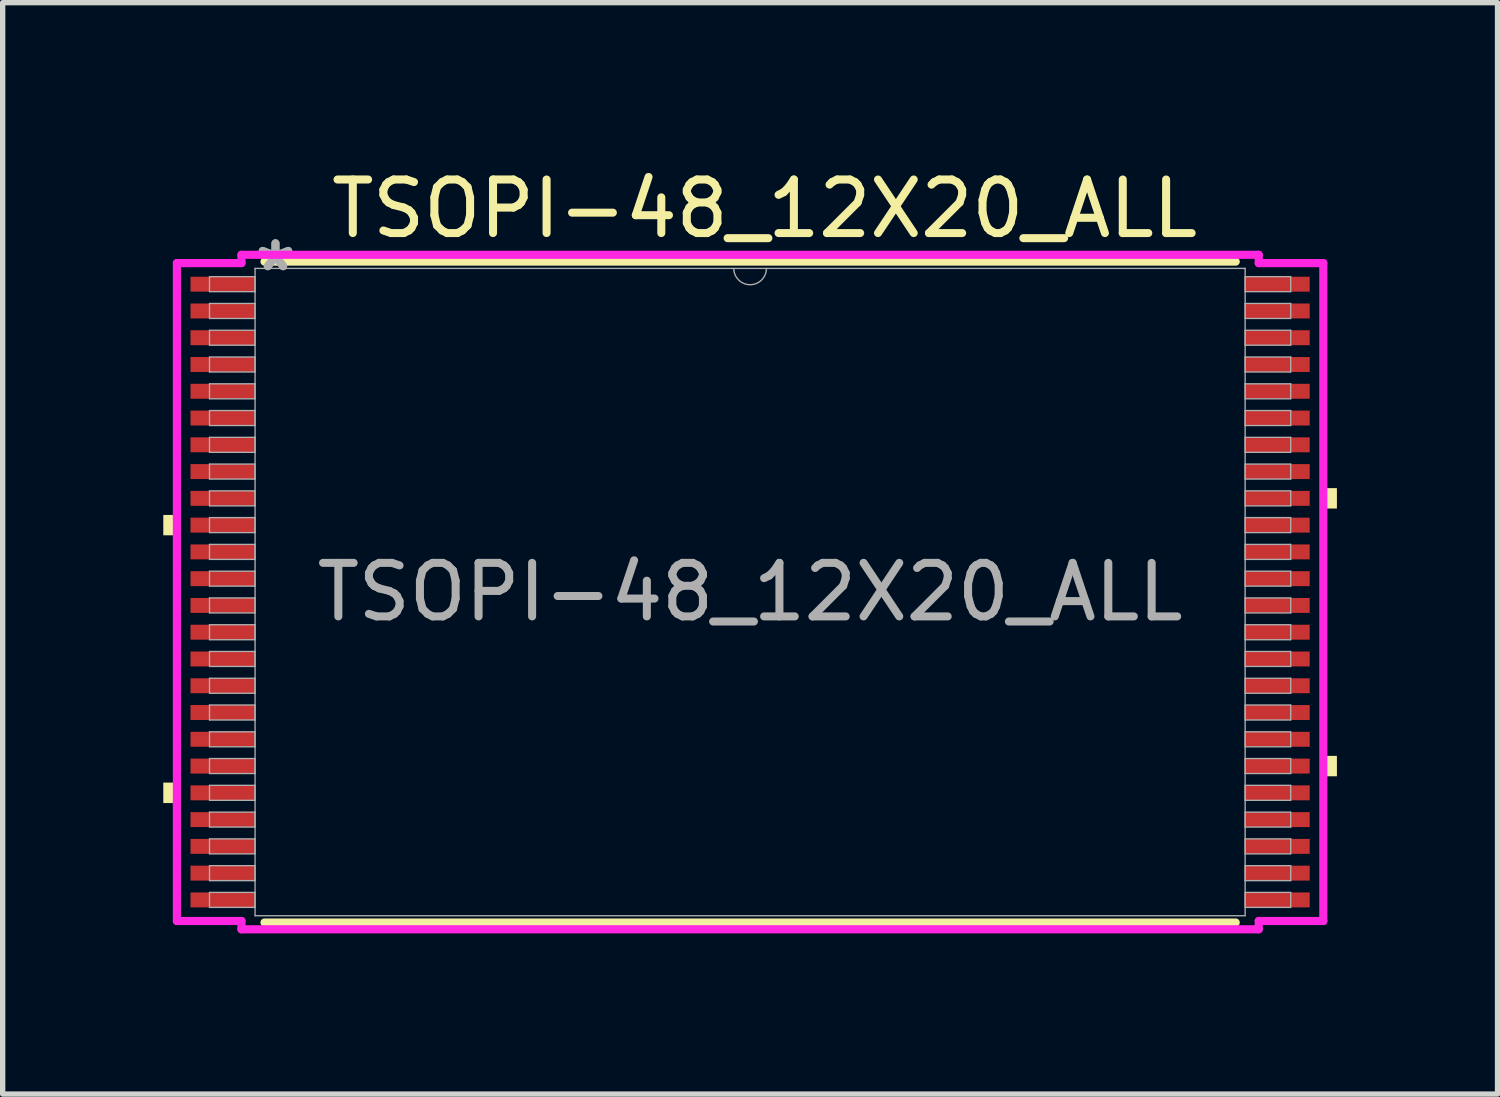
<source format=kicad_pcb>
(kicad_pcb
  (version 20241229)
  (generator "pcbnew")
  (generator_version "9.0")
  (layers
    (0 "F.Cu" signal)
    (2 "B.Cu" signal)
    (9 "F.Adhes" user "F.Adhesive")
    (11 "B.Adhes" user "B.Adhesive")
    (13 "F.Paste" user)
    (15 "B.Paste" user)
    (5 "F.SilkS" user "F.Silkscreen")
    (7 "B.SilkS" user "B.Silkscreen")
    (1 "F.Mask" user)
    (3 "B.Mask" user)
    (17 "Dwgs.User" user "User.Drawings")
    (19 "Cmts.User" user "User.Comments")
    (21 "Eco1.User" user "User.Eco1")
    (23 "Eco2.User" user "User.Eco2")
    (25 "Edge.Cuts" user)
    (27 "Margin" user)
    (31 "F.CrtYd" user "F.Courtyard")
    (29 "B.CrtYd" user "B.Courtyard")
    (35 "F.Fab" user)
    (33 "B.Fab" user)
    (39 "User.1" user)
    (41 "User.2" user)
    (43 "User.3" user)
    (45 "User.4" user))
  (footprint "TSOPI-48_12X20_ALL"
    (layer "F.Cu")
    (at 10.96 8.008)
    (property "Reference" "TSOPI-48_12X20_ALL" (at 0.27 -7.16 0) (unlocked yes) (layer "F.SilkS") (effects (font (size 1 1) (thickness 0.15))))
    (attr smd)
    (fp_line (start -9.07 6.172) (end 9.07 6.172) (stroke (width 0.152) (type solid)) (layer "F.SilkS"))
    (fp_line (start 9.07 -6.172) (end -9.07 -6.172) (stroke (width 0.152) (type solid)) (layer "F.SilkS"))
    (fp_poly (pts (xy -10.96 -1.44) (xy -10.96 -1.06) (xy -10.706 -1.06) (xy -10.706 -1.44)) (stroke (width 0) (type solid)) (fill yes) (layer "F.SilkS"))
    (fp_poly (pts (xy -10.96 3.559) (xy -10.96 3.941) (xy -10.706 3.941) (xy -10.706 3.559)) (stroke (width 0) (type solid)) (fill yes) (layer "F.SilkS"))
    (fp_poly (pts (xy 10.96 -1.941) (xy 10.96 -1.56) (xy 10.706 -1.56) (xy 10.706 -1.941)) (stroke (width 0) (type solid)) (fill yes) (layer "F.SilkS"))
    (fp_poly (pts (xy 10.96 3.06) (xy 10.96 3.441) (xy 10.706 3.441) (xy 10.706 3.06)) (stroke (width 0) (type solid)) (fill yes) (layer "F.SilkS"))
    (fp_line (start -10.706 -6.144) (end -9.5 -6.144) (stroke (width 0.152) (type solid)) (layer "F.CrtYd"))
    (fp_line (start -10.706 6.144) (end -10.706 -6.144) (stroke (width 0.152) (type solid)) (layer "F.CrtYd"))
    (fp_line (start -10.706 6.144) (end -9.5 6.144) (stroke (width 0.152) (type solid)) (layer "F.CrtYd"))
    (fp_line (start -9.5 -6.299) (end 9.5 -6.299) (stroke (width 0.152) (type solid)) (layer "F.CrtYd"))
    (fp_line (start -9.5 -6.144) (end -9.5 -6.299) (stroke (width 0.152) (type solid)) (layer "F.CrtYd"))
    (fp_line (start -9.5 6.299) (end -9.5 6.144) (stroke (width 0.152) (type solid)) (layer "F.CrtYd"))
    (fp_line (start 9.5 -6.299) (end 9.5 -6.144) (stroke (width 0.152) (type solid)) (layer "F.CrtYd"))
    (fp_line (start 9.5 6.144) (end 9.5 6.299) (stroke (width 0.152) (type solid)) (layer "F.CrtYd"))
    (fp_line (start 9.5 6.299) (end -9.5 6.299) (stroke (width 0.152) (type solid)) (layer "F.CrtYd"))
    (fp_line (start 10.706 -6.144) (end 9.5 -6.144) (stroke (width 0.152) (type solid)) (layer "F.CrtYd"))
    (fp_line (start 10.706 -6.144) (end 10.706 6.144) (stroke (width 0.152) (type solid)) (layer "F.CrtYd"))
    (fp_line (start 10.706 6.144) (end 9.5 6.144) (stroke (width 0.152) (type solid)) (layer "F.CrtYd"))
    (fp_line (start -10.097 -5.89) (end -10.097 -5.61) (stroke (width 0.025) (type solid)) (layer "F.Fab"))
    (fp_line (start -10.097 -5.61) (end -9.246 -5.61) (stroke (width 0.025) (type solid)) (layer "F.Fab"))
    (fp_line (start -10.097 -5.39) (end -10.097 -5.11) (stroke (width 0.025) (type solid)) (layer "F.Fab"))
    (fp_line (start -10.097 -5.11) (end -9.246 -5.11) (stroke (width 0.025) (type solid)) (layer "F.Fab"))
    (fp_line (start -10.097 -4.89) (end -10.097 -4.61) (stroke (width 0.025) (type solid)) (layer "F.Fab"))
    (fp_line (start -10.097 -4.61) (end -9.246 -4.61) (stroke (width 0.025) (type solid)) (layer "F.Fab"))
    (fp_line (start -10.097 -4.39) (end -10.097 -4.11) (stroke (width 0.025) (type solid)) (layer "F.Fab"))
    (fp_line (start -10.097 -4.11) (end -9.246 -4.11) (stroke (width 0.025) (type solid)) (layer "F.Fab"))
    (fp_line (start -10.097 -3.89) (end -10.097 -3.61) (stroke (width 0.025) (type solid)) (layer "F.Fab"))
    (fp_line (start -10.097 -3.61) (end -9.246 -3.61) (stroke (width 0.025) (type solid)) (layer "F.Fab"))
    (fp_line (start -10.097 -3.39) (end -10.097 -3.11) (stroke (width 0.025) (type solid)) (layer "F.Fab"))
    (fp_line (start -10.097 -3.11) (end -9.246 -3.11) (stroke (width 0.025) (type solid)) (layer "F.Fab"))
    (fp_line (start -10.097 -2.89) (end -10.097 -2.61) (stroke (width 0.025) (type solid)) (layer "F.Fab"))
    (fp_line (start -10.097 -2.61) (end -9.246 -2.61) (stroke (width 0.025) (type solid)) (layer "F.Fab"))
    (fp_line (start -10.097 -2.39) (end -10.097 -2.11) (stroke (width 0.025) (type solid)) (layer "F.Fab"))
    (fp_line (start -10.097 -2.11) (end -9.246 -2.11) (stroke (width 0.025) (type solid)) (layer "F.Fab"))
    (fp_line (start -10.097 -1.89) (end -10.097 -1.61) (stroke (width 0.025) (type solid)) (layer "F.Fab"))
    (fp_line (start -10.097 -1.61) (end -9.246 -1.61) (stroke (width 0.025) (type solid)) (layer "F.Fab"))
    (fp_line (start -10.097 -1.39) (end -10.097 -1.11) (stroke (width 0.025) (type solid)) (layer "F.Fab"))
    (fp_line (start -10.097 -1.11) (end -9.246 -1.11) (stroke (width 0.025) (type solid)) (layer "F.Fab"))
    (fp_line (start -10.097 -0.89) (end -10.097 -0.61) (stroke (width 0.025) (type solid)) (layer "F.Fab"))
    (fp_line (start -10.097 -0.61) (end -9.246 -0.61) (stroke (width 0.025) (type solid)) (layer "F.Fab"))
    (fp_line (start -10.097 -0.39) (end -10.097 -0.11) (stroke (width 0.025) (type solid)) (layer "F.Fab"))
    (fp_line (start -10.097 -0.11) (end -9.246 -0.11) (stroke (width 0.025) (type solid)) (layer "F.Fab"))
    (fp_line (start -10.097 0.11) (end -10.097 0.39) (stroke (width 0.025) (type solid)) (layer "F.Fab"))
    (fp_line (start -10.097 0.39) (end -9.246 0.39) (stroke (width 0.025) (type solid)) (layer "F.Fab"))
    (fp_line (start -10.097 0.61) (end -10.097 0.89) (stroke (width 0.025) (type solid)) (layer "F.Fab"))
    (fp_line (start -10.097 0.89) (end -9.246 0.89) (stroke (width 0.025) (type solid)) (layer "F.Fab"))
    (fp_line (start -10.097 1.11) (end -10.097 1.39) (stroke (width 0.025) (type solid)) (layer "F.Fab"))
    (fp_line (start -10.097 1.39) (end -9.246 1.39) (stroke (width 0.025) (type solid)) (layer "F.Fab"))
    (fp_line (start -10.097 1.61) (end -10.097 1.89) (stroke (width 0.025) (type solid)) (layer "F.Fab"))
    (fp_line (start -10.097 1.89) (end -9.246 1.89) (stroke (width 0.025) (type solid)) (layer "F.Fab"))
    (fp_line (start -10.097 2.11) (end -10.097 2.39) (stroke (width 0.025) (type solid)) (layer "F.Fab"))
    (fp_line (start -10.097 2.39) (end -9.246 2.39) (stroke (width 0.025) (type solid)) (layer "F.Fab"))
    (fp_line (start -10.097 2.61) (end -10.097 2.89) (stroke (width 0.025) (type solid)) (layer "F.Fab"))
    (fp_line (start -10.097 2.89) (end -9.246 2.89) (stroke (width 0.025) (type solid)) (layer "F.Fab"))
    (fp_line (start -10.097 3.11) (end -10.097 3.39) (stroke (width 0.025) (type solid)) (layer "F.Fab"))
    (fp_line (start -10.097 3.39) (end -9.246 3.39) (stroke (width 0.025) (type solid)) (layer "F.Fab"))
    (fp_line (start -10.097 3.61) (end -10.097 3.89) (stroke (width 0.025) (type solid)) (layer "F.Fab"))
    (fp_line (start -10.097 3.89) (end -9.246 3.89) (stroke (width 0.025) (type solid)) (layer "F.Fab"))
    (fp_line (start -10.097 4.11) (end -10.097 4.39) (stroke (width 0.025) (type solid)) (layer "F.Fab"))
    (fp_line (start -10.097 4.39) (end -9.246 4.39) (stroke (width 0.025) (type solid)) (layer "F.Fab"))
    (fp_line (start -10.097 4.61) (end -10.097 4.89) (stroke (width 0.025) (type solid)) (layer "F.Fab"))
    (fp_line (start -10.097 4.89) (end -9.246 4.89) (stroke (width 0.025) (type solid)) (layer "F.Fab"))
    (fp_line (start -10.097 5.11) (end -10.097 5.39) (stroke (width 0.025) (type solid)) (layer "F.Fab"))
    (fp_line (start -10.097 5.39) (end -9.246 5.39) (stroke (width 0.025) (type solid)) (layer "F.Fab"))
    (fp_line (start -10.097 5.61) (end -10.097 5.89) (stroke (width 0.025) (type solid)) (layer "F.Fab"))
    (fp_line (start -10.097 5.89) (end -9.246 5.89) (stroke (width 0.025) (type solid)) (layer "F.Fab"))
    (fp_line (start -9.246 -6.045) (end -9.246 6.045) (stroke (width 0.025) (type solid)) (layer "F.Fab"))
    (fp_line (start -9.246 -5.89) (end -10.097 -5.89) (stroke (width 0.025) (type solid)) (layer "F.Fab"))
    (fp_line (start -9.246 -5.61) (end -9.246 -5.89) (stroke (width 0.025) (type solid)) (layer "F.Fab"))
    (fp_line (start -9.246 -5.39) (end -10.097 -5.39) (stroke (width 0.025) (type solid)) (layer "F.Fab"))
    (fp_line (start -9.246 -5.11) (end -9.246 -5.39) (stroke (width 0.025) (type solid)) (layer "F.Fab"))
    (fp_line (start -9.246 -4.89) (end -10.097 -4.89) (stroke (width 0.025) (type solid)) (layer "F.Fab"))
    (fp_line (start -9.246 -4.61) (end -9.246 -4.89) (stroke (width 0.025) (type solid)) (layer "F.Fab"))
    (fp_line (start -9.246 -4.39) (end -10.097 -4.39) (stroke (width 0.025) (type solid)) (layer "F.Fab"))
    (fp_line (start -9.246 -4.11) (end -9.246 -4.39) (stroke (width 0.025) (type solid)) (layer "F.Fab"))
    (fp_line (start -9.246 -3.89) (end -10.097 -3.89) (stroke (width 0.025) (type solid)) (layer "F.Fab"))
    (fp_line (start -9.246 -3.61) (end -9.246 -3.89) (stroke (width 0.025) (type solid)) (layer "F.Fab"))
    (fp_line (start -9.246 -3.39) (end -10.097 -3.39) (stroke (width 0.025) (type solid)) (layer "F.Fab"))
    (fp_line (start -9.246 -3.11) (end -9.246 -3.39) (stroke (width 0.025) (type solid)) (layer "F.Fab"))
    (fp_line (start -9.246 -2.89) (end -10.097 -2.89) (stroke (width 0.025) (type solid)) (layer "F.Fab"))
    (fp_line (start -9.246 -2.61) (end -9.246 -2.89) (stroke (width 0.025) (type solid)) (layer "F.Fab"))
    (fp_line (start -9.246 -2.39) (end -10.097 -2.39) (stroke (width 0.025) (type solid)) (layer "F.Fab"))
    (fp_line (start -9.246 -2.11) (end -9.246 -2.39) (stroke (width 0.025) (type solid)) (layer "F.Fab"))
    (fp_line (start -9.246 -1.89) (end -10.097 -1.89) (stroke (width 0.025) (type solid)) (layer "F.Fab"))
    (fp_line (start -9.246 -1.61) (end -9.246 -1.89) (stroke (width 0.025) (type solid)) (layer "F.Fab"))
    (fp_line (start -9.246 -1.39) (end -10.097 -1.39) (stroke (width 0.025) (type solid)) (layer "F.Fab"))
    (fp_line (start -9.246 -1.11) (end -9.246 -1.39) (stroke (width 0.025) (type solid)) (layer "F.Fab"))
    (fp_line (start -9.246 -0.89) (end -10.097 -0.89) (stroke (width 0.025) (type solid)) (layer "F.Fab"))
    (fp_line (start -9.246 -0.61) (end -9.246 -0.89) (stroke (width 0.025) (type solid)) (layer "F.Fab"))
    (fp_line (start -9.246 -0.39) (end -10.097 -0.39) (stroke (width 0.025) (type solid)) (layer "F.Fab"))
    (fp_line (start -9.246 -0.11) (end -9.246 -0.39) (stroke (width 0.025) (type solid)) (layer "F.Fab"))
    (fp_line (start -9.246 0.11) (end -10.097 0.11) (stroke (width 0.025) (type solid)) (layer "F.Fab"))
    (fp_line (start -9.246 0.39) (end -9.246 0.11) (stroke (width 0.025) (type solid)) (layer "F.Fab"))
    (fp_line (start -9.246 0.61) (end -10.097 0.61) (stroke (width 0.025) (type solid)) (layer "F.Fab"))
    (fp_line (start -9.246 0.89) (end -9.246 0.61) (stroke (width 0.025) (type solid)) (layer "F.Fab"))
    (fp_line (start -9.246 1.11) (end -10.097 1.11) (stroke (width 0.025) (type solid)) (layer "F.Fab"))
    (fp_line (start -9.246 1.39) (end -9.246 1.11) (stroke (width 0.025) (type solid)) (layer "F.Fab"))
    (fp_line (start -9.246 1.61) (end -10.097 1.61) (stroke (width 0.025) (type solid)) (layer "F.Fab"))
    (fp_line (start -9.246 1.89) (end -9.246 1.61) (stroke (width 0.025) (type solid)) (layer "F.Fab"))
    (fp_line (start -9.246 2.11) (end -10.097 2.11) (stroke (width 0.025) (type solid)) (layer "F.Fab"))
    (fp_line (start -9.246 2.39) (end -9.246 2.11) (stroke (width 0.025) (type solid)) (layer "F.Fab"))
    (fp_line (start -9.246 2.61) (end -10.097 2.61) (stroke (width 0.025) (type solid)) (layer "F.Fab"))
    (fp_line (start -9.246 2.89) (end -9.246 2.61) (stroke (width 0.025) (type solid)) (layer "F.Fab"))
    (fp_line (start -9.246 3.11) (end -10.097 3.11) (stroke (width 0.025) (type solid)) (layer "F.Fab"))
    (fp_line (start -9.246 3.39) (end -9.246 3.11) (stroke (width 0.025) (type solid)) (layer "F.Fab"))
    (fp_line (start -9.246 3.61) (end -10.097 3.61) (stroke (width 0.025) (type solid)) (layer "F.Fab"))
    (fp_line (start -9.246 3.89) (end -9.246 3.61) (stroke (width 0.025) (type solid)) (layer "F.Fab"))
    (fp_line (start -9.246 4.11) (end -10.097 4.11) (stroke (width 0.025) (type solid)) (layer "F.Fab"))
    (fp_line (start -9.246 4.39) (end -9.246 4.11) (stroke (width 0.025) (type solid)) (layer "F.Fab"))
    (fp_line (start -9.246 4.61) (end -10.097 4.61) (stroke (width 0.025) (type solid)) (layer "F.Fab"))
    (fp_line (start -9.246 4.89) (end -9.246 4.61) (stroke (width 0.025) (type solid)) (layer "F.Fab"))
    (fp_line (start -9.246 5.11) (end -10.097 5.11) (stroke (width 0.025) (type solid)) (layer "F.Fab"))
    (fp_line (start -9.246 5.39) (end -9.246 5.11) (stroke (width 0.025) (type solid)) (layer "F.Fab"))
    (fp_line (start -9.246 5.61) (end -10.097 5.61) (stroke (width 0.025) (type solid)) (layer "F.Fab"))
    (fp_line (start -9.246 5.89) (end -9.246 5.61) (stroke (width 0.025) (type solid)) (layer "F.Fab"))
    (fp_line (start -9.246 6.045) (end 9.246 6.045) (stroke (width 0.025) (type solid)) (layer "F.Fab"))
    (fp_line (start 9.246 -6.045) (end -9.246 -6.045) (stroke (width 0.025) (type solid)) (layer "F.Fab"))
    (fp_line (start 9.246 -5.89) (end 9.246 -5.61) (stroke (width 0.025) (type solid)) (layer "F.Fab"))
    (fp_line (start 9.246 -5.61) (end 10.097 -5.61) (stroke (width 0.025) (type solid)) (layer "F.Fab"))
    (fp_line (start 9.246 -5.39) (end 9.246 -5.11) (stroke (width 0.025) (type solid)) (layer "F.Fab"))
    (fp_line (start 9.246 -5.11) (end 10.097 -5.11) (stroke (width 0.025) (type solid)) (layer "F.Fab"))
    (fp_line (start 9.246 -4.89) (end 9.246 -4.61) (stroke (width 0.025) (type solid)) (layer "F.Fab"))
    (fp_line (start 9.246 -4.61) (end 10.097 -4.61) (stroke (width 0.025) (type solid)) (layer "F.Fab"))
    (fp_line (start 9.246 -4.39) (end 9.246 -4.11) (stroke (width 0.025) (type solid)) (layer "F.Fab"))
    (fp_line (start 9.246 -4.11) (end 10.097 -4.11) (stroke (width 0.025) (type solid)) (layer "F.Fab"))
    (fp_line (start 9.246 -3.89) (end 9.246 -3.61) (stroke (width 0.025) (type solid)) (layer "F.Fab"))
    (fp_line (start 9.246 -3.61) (end 10.097 -3.61) (stroke (width 0.025) (type solid)) (layer "F.Fab"))
    (fp_line (start 9.246 -3.39) (end 9.246 -3.11) (stroke (width 0.025) (type solid)) (layer "F.Fab"))
    (fp_line (start 9.246 -3.11) (end 10.097 -3.11) (stroke (width 0.025) (type solid)) (layer "F.Fab"))
    (fp_line (start 9.246 -2.89) (end 9.246 -2.61) (stroke (width 0.025) (type solid)) (layer "F.Fab"))
    (fp_line (start 9.246 -2.61) (end 10.097 -2.61) (stroke (width 0.025) (type solid)) (layer "F.Fab"))
    (fp_line (start 9.246 -2.39) (end 9.246 -2.11) (stroke (width 0.025) (type solid)) (layer "F.Fab"))
    (fp_line (start 9.246 -2.11) (end 10.097 -2.11) (stroke (width 0.025) (type solid)) (layer "F.Fab"))
    (fp_line (start 9.246 -1.89) (end 9.246 -1.61) (stroke (width 0.025) (type solid)) (layer "F.Fab"))
    (fp_line (start 9.246 -1.61) (end 10.097 -1.61) (stroke (width 0.025) (type solid)) (layer "F.Fab"))
    (fp_line (start 9.246 -1.39) (end 9.246 -1.11) (stroke (width 0.025) (type solid)) (layer "F.Fab"))
    (fp_line (start 9.246 -1.11) (end 10.097 -1.11) (stroke (width 0.025) (type solid)) (layer "F.Fab"))
    (fp_line (start 9.246 -0.89) (end 9.246 -0.61) (stroke (width 0.025) (type solid)) (layer "F.Fab"))
    (fp_line (start 9.246 -0.61) (end 10.097 -0.61) (stroke (width 0.025) (type solid)) (layer "F.Fab"))
    (fp_line (start 9.246 -0.39) (end 9.246 -0.11) (stroke (width 0.025) (type solid)) (layer "F.Fab"))
    (fp_line (start 9.246 -0.11) (end 10.097 -0.11) (stroke (width 0.025) (type solid)) (layer "F.Fab"))
    (fp_line (start 9.246 0.11) (end 9.246 0.39) (stroke (width 0.025) (type solid)) (layer "F.Fab"))
    (fp_line (start 9.246 0.39) (end 10.097 0.39) (stroke (width 0.025) (type solid)) (layer "F.Fab"))
    (fp_line (start 9.246 0.61) (end 9.246 0.89) (stroke (width 0.025) (type solid)) (layer "F.Fab"))
    (fp_line (start 9.246 0.89) (end 10.097 0.89) (stroke (width 0.025) (type solid)) (layer "F.Fab"))
    (fp_line (start 9.246 1.11) (end 9.246 1.39) (stroke (width 0.025) (type solid)) (layer "F.Fab"))
    (fp_line (start 9.246 1.39) (end 10.097 1.39) (stroke (width 0.025) (type solid)) (layer "F.Fab"))
    (fp_line (start 9.246 1.61) (end 9.246 1.89) (stroke (width 0.025) (type solid)) (layer "F.Fab"))
    (fp_line (start 9.246 1.89) (end 10.097 1.89) (stroke (width 0.025) (type solid)) (layer "F.Fab"))
    (fp_line (start 9.246 2.11) (end 9.246 2.39) (stroke (width 0.025) (type solid)) (layer "F.Fab"))
    (fp_line (start 9.246 2.39) (end 10.097 2.39) (stroke (width 0.025) (type solid)) (layer "F.Fab"))
    (fp_line (start 9.246 2.61) (end 9.246 2.89) (stroke (width 0.025) (type solid)) (layer "F.Fab"))
    (fp_line (start 9.246 2.89) (end 10.097 2.89) (stroke (width 0.025) (type solid)) (layer "F.Fab"))
    (fp_line (start 9.246 3.11) (end 9.246 3.39) (stroke (width 0.025) (type solid)) (layer "F.Fab"))
    (fp_line (start 9.246 3.39) (end 10.097 3.39) (stroke (width 0.025) (type solid)) (layer "F.Fab"))
    (fp_line (start 9.246 3.61) (end 9.246 3.89) (stroke (width 0.025) (type solid)) (layer "F.Fab"))
    (fp_line (start 9.246 3.89) (end 10.097 3.89) (stroke (width 0.025) (type solid)) (layer "F.Fab"))
    (fp_line (start 9.246 4.11) (end 9.246 4.39) (stroke (width 0.025) (type solid)) (layer "F.Fab"))
    (fp_line (start 9.246 4.39) (end 10.097 4.39) (stroke (width 0.025) (type solid)) (layer "F.Fab"))
    (fp_line (start 9.246 4.61) (end 9.246 4.89) (stroke (width 0.025) (type solid)) (layer "F.Fab"))
    (fp_line (start 9.246 4.89) (end 10.097 4.89) (stroke (width 0.025) (type solid)) (layer "F.Fab"))
    (fp_line (start 9.246 5.11) (end 9.246 5.39) (stroke (width 0.025) (type solid)) (layer "F.Fab"))
    (fp_line (start 9.246 5.39) (end 10.097 5.39) (stroke (width 0.025) (type solid)) (layer "F.Fab"))
    (fp_line (start 9.246 5.61) (end 9.246 5.89) (stroke (width 0.025) (type solid)) (layer "F.Fab"))
    (fp_line (start 9.246 5.89) (end 10.097 5.89) (stroke (width 0.025) (type solid)) (layer "F.Fab"))
    (fp_line (start 9.246 6.045) (end 9.246 -6.045) (stroke (width 0.025) (type solid)) (layer "F.Fab"))
    (fp_line (start 10.097 -5.89) (end 9.246 -5.89) (stroke (width 0.025) (type solid)) (layer "F.Fab"))
    (fp_line (start 10.097 -5.61) (end 10.097 -5.89) (stroke (width 0.025) (type solid)) (layer "F.Fab"))
    (fp_line (start 10.097 -5.39) (end 9.246 -5.39) (stroke (width 0.025) (type solid)) (layer "F.Fab"))
    (fp_line (start 10.097 -5.11) (end 10.097 -5.39) (stroke (width 0.025) (type solid)) (layer "F.Fab"))
    (fp_line (start 10.097 -4.89) (end 9.246 -4.89) (stroke (width 0.025) (type solid)) (layer "F.Fab"))
    (fp_line (start 10.097 -4.61) (end 10.097 -4.89) (stroke (width 0.025) (type solid)) (layer "F.Fab"))
    (fp_line (start 10.097 -4.39) (end 9.246 -4.39) (stroke (width 0.025) (type solid)) (layer "F.Fab"))
    (fp_line (start 10.097 -4.11) (end 10.097 -4.39) (stroke (width 0.025) (type solid)) (layer "F.Fab"))
    (fp_line (start 10.097 -3.89) (end 9.246 -3.89) (stroke (width 0.025) (type solid)) (layer "F.Fab"))
    (fp_line (start 10.097 -3.61) (end 10.097 -3.89) (stroke (width 0.025) (type solid)) (layer "F.Fab"))
    (fp_line (start 10.097 -3.39) (end 9.246 -3.39) (stroke (width 0.025) (type solid)) (layer "F.Fab"))
    (fp_line (start 10.097 -3.11) (end 10.097 -3.39) (stroke (width 0.025) (type solid)) (layer "F.Fab"))
    (fp_line (start 10.097 -2.89) (end 9.246 -2.89) (stroke (width 0.025) (type solid)) (layer "F.Fab"))
    (fp_line (start 10.097 -2.61) (end 10.097 -2.89) (stroke (width 0.025) (type solid)) (layer "F.Fab"))
    (fp_line (start 10.097 -2.39) (end 9.246 -2.39) (stroke (width 0.025) (type solid)) (layer "F.Fab"))
    (fp_line (start 10.097 -2.11) (end 10.097 -2.39) (stroke (width 0.025) (type solid)) (layer "F.Fab"))
    (fp_line (start 10.097 -1.89) (end 9.246 -1.89) (stroke (width 0.025) (type solid)) (layer "F.Fab"))
    (fp_line (start 10.097 -1.61) (end 10.097 -1.89) (stroke (width 0.025) (type solid)) (layer "F.Fab"))
    (fp_line (start 10.097 -1.39) (end 9.246 -1.39) (stroke (width 0.025) (type solid)) (layer "F.Fab"))
    (fp_line (start 10.097 -1.11) (end 10.097 -1.39) (stroke (width 0.025) (type solid)) (layer "F.Fab"))
    (fp_line (start 10.097 -0.89) (end 9.246 -0.89) (stroke (width 0.025) (type solid)) (layer "F.Fab"))
    (fp_line (start 10.097 -0.61) (end 10.097 -0.89) (stroke (width 0.025) (type solid)) (layer "F.Fab"))
    (fp_line (start 10.097 -0.39) (end 9.246 -0.39) (stroke (width 0.025) (type solid)) (layer "F.Fab"))
    (fp_line (start 10.097 -0.11) (end 10.097 -0.39) (stroke (width 0.025) (type solid)) (layer "F.Fab"))
    (fp_line (start 10.097 0.11) (end 9.246 0.11) (stroke (width 0.025) (type solid)) (layer "F.Fab"))
    (fp_line (start 10.097 0.39) (end 10.097 0.11) (stroke (width 0.025) (type solid)) (layer "F.Fab"))
    (fp_line (start 10.097 0.61) (end 9.246 0.61) (stroke (width 0.025) (type solid)) (layer "F.Fab"))
    (fp_line (start 10.097 0.89) (end 10.097 0.61) (stroke (width 0.025) (type solid)) (layer "F.Fab"))
    (fp_line (start 10.097 1.11) (end 9.246 1.11) (stroke (width 0.025) (type solid)) (layer "F.Fab"))
    (fp_line (start 10.097 1.39) (end 10.097 1.11) (stroke (width 0.025) (type solid)) (layer "F.Fab"))
    (fp_line (start 10.097 1.61) (end 9.246 1.61) (stroke (width 0.025) (type solid)) (layer "F.Fab"))
    (fp_line (start 10.097 1.89) (end 10.097 1.61) (stroke (width 0.025) (type solid)) (layer "F.Fab"))
    (fp_line (start 10.097 2.11) (end 9.246 2.11) (stroke (width 0.025) (type solid)) (layer "F.Fab"))
    (fp_line (start 10.097 2.39) (end 10.097 2.11) (stroke (width 0.025) (type solid)) (layer "F.Fab"))
    (fp_line (start 10.097 2.61) (end 9.246 2.61) (stroke (width 0.025) (type solid)) (layer "F.Fab"))
    (fp_line (start 10.097 2.89) (end 10.097 2.61) (stroke (width 0.025) (type solid)) (layer "F.Fab"))
    (fp_line (start 10.097 3.11) (end 9.246 3.11) (stroke (width 0.025) (type solid)) (layer "F.Fab"))
    (fp_line (start 10.097 3.39) (end 10.097 3.11) (stroke (width 0.025) (type solid)) (layer "F.Fab"))
    (fp_line (start 10.097 3.61) (end 9.246 3.61) (stroke (width 0.025) (type solid)) (layer "F.Fab"))
    (fp_line (start 10.097 3.89) (end 10.097 3.61) (stroke (width 0.025) (type solid)) (layer "F.Fab"))
    (fp_line (start 10.097 4.11) (end 9.246 4.11) (stroke (width 0.025) (type solid)) (layer "F.Fab"))
    (fp_line (start 10.097 4.39) (end 10.097 4.11) (stroke (width 0.025) (type solid)) (layer "F.Fab"))
    (fp_line (start 10.097 4.61) (end 9.246 4.61) (stroke (width 0.025) (type solid)) (layer "F.Fab"))
    (fp_line (start 10.097 4.89) (end 10.097 4.61) (stroke (width 0.025) (type solid)) (layer "F.Fab"))
    (fp_line (start 10.097 5.11) (end 9.246 5.11) (stroke (width 0.025) (type solid)) (layer "F.Fab"))
    (fp_line (start 10.097 5.39) (end 10.097 5.11) (stroke (width 0.025) (type solid)) (layer "F.Fab"))
    (fp_line (start 10.097 5.61) (end 9.246 5.61) (stroke (width 0.025) (type solid)) (layer "F.Fab"))
    (fp_line (start 10.097 5.89) (end 10.097 5.61) (stroke (width 0.025) (type solid)) (layer "F.Fab"))
    (fp_arc (start 0.3048 -6.0452) (mid 0 -5.7404) (end -0.3048 -6.0452) (stroke (width 0.0254) (type solid)) (layer "F.Fab"))
    (fp_text user "*" (at -8.865 -5.969 0) (layer "F.Fab") (effects (font (size 1 1) (thickness 0.15))))
    (fp_text user "*" (at -8.865 -5.969 0) (unlocked yes) (layer "F.Fab") (effects (font (size 1 1) (thickness 0.15))))
    (fp_text user "${REFERENCE}" (at 0 0 0) (unlocked yes) (layer "F.Fab") (effects (font (size 1 1) (thickness 0.15))))
    (pad "1" smd rect (at -9.849 -5.75) (size 1.206 0.279) (layers "F.Cu" "F.Mask" "F.Paste"))
    (pad "2" smd rect (at -9.849 -5.25) (size 1.206 0.279) (layers "F.Cu" "F.Mask" "F.Paste"))
    (pad "3" smd rect (at -9.849 -4.75) (size 1.206 0.279) (layers "F.Cu" "F.Mask" "F.Paste"))
    (pad "4" smd rect (at -9.849 -4.25) (size 1.206 0.279) (layers "F.Cu" "F.Mask" "F.Paste"))
    (pad "5" smd rect (at -9.849 -3.75) (size 1.206 0.279) (layers "F.Cu" "F.Mask" "F.Paste"))
    (pad "6" smd rect (at -9.849 -3.25) (size 1.206 0.279) (layers "F.Cu" "F.Mask" "F.Paste"))
    (pad "7" smd rect (at -9.849 -2.75) (size 1.206 0.279) (layers "F.Cu" "F.Mask" "F.Paste"))
    (pad "8" smd rect (at -9.849 -2.25) (size 1.206 0.279) (layers "F.Cu" "F.Mask" "F.Paste"))
    (pad "9" smd rect (at -9.849 -1.75) (size 1.206 0.279) (layers "F.Cu" "F.Mask" "F.Paste"))
    (pad "10" smd rect (at -9.849 -1.25) (size 1.206 0.279) (layers "F.Cu" "F.Mask" "F.Paste"))
    (pad "11" smd rect (at -9.849 -0.75) (size 1.206 0.279) (layers "F.Cu" "F.Mask" "F.Paste"))
    (pad "12" smd rect (at -9.849 -0.25) (size 1.206 0.279) (layers "F.Cu" "F.Mask" "F.Paste"))
    (pad "13" smd rect (at -9.849 0.25) (size 1.206 0.279) (layers "F.Cu" "F.Mask" "F.Paste"))
    (pad "14" smd rect (at -9.849 0.75) (size 1.206 0.279) (layers "F.Cu" "F.Mask" "F.Paste"))
    (pad "15" smd rect (at -9.849 1.25) (size 1.206 0.279) (layers "F.Cu" "F.Mask" "F.Paste"))
    (pad "16" smd rect (at -9.849 1.75) (size 1.206 0.279) (layers "F.Cu" "F.Mask" "F.Paste"))
    (pad "17" smd rect (at -9.849 2.25) (size 1.206 0.279) (layers "F.Cu" "F.Mask" "F.Paste"))
    (pad "18" smd rect (at -9.849 2.75) (size 1.206 0.279) (layers "F.Cu" "F.Mask" "F.Paste"))
    (pad "19" smd rect (at -9.849 3.25) (size 1.206 0.279) (layers "F.Cu" "F.Mask" "F.Paste"))
    (pad "20" smd rect (at -9.849 3.75) (size 1.206 0.279) (layers "F.Cu" "F.Mask" "F.Paste"))
    (pad "21" smd rect (at -9.849 4.25) (size 1.206 0.279) (layers "F.Cu" "F.Mask" "F.Paste"))
    (pad "22" smd rect (at -9.849 4.75) (size 1.206 0.279) (layers "F.Cu" "F.Mask" "F.Paste"))
    (pad "23" smd rect (at -9.849 5.25) (size 1.206 0.279) (layers "F.Cu" "F.Mask" "F.Paste"))
    (pad "24" smd rect (at -9.849 5.75) (size 1.206 0.279) (layers "F.Cu" "F.Mask" "F.Paste"))
    (pad "25" smd rect (at 9.849 5.75) (size 1.206 0.279) (layers "F.Cu" "F.Mask" "F.Paste"))
    (pad "26" smd rect (at 9.849 5.25) (size 1.206 0.279) (layers "F.Cu" "F.Mask" "F.Paste"))
    (pad "27" smd rect (at 9.849 4.75) (size 1.206 0.279) (layers "F.Cu" "F.Mask" "F.Paste"))
    (pad "28" smd rect (at 9.849 4.25) (size 1.206 0.279) (layers "F.Cu" "F.Mask" "F.Paste"))
    (pad "29" smd rect (at 9.849 3.75) (size 1.206 0.279) (layers "F.Cu" "F.Mask" "F.Paste"))
    (pad "30" smd rect (at 9.849 3.25) (size 1.206 0.279) (layers "F.Cu" "F.Mask" "F.Paste"))
    (pad "31" smd rect (at 9.849 2.75) (size 1.206 0.279) (layers "F.Cu" "F.Mask" "F.Paste"))
    (pad "32" smd rect (at 9.849 2.25) (size 1.206 0.279) (layers "F.Cu" "F.Mask" "F.Paste"))
    (pad "33" smd rect (at 9.849 1.75) (size 1.206 0.279) (layers "F.Cu" "F.Mask" "F.Paste"))
    (pad "34" smd rect (at 9.849 1.25) (size 1.206 0.279) (layers "F.Cu" "F.Mask" "F.Paste"))
    (pad "35" smd rect (at 9.849 0.75) (size 1.206 0.279) (layers "F.Cu" "F.Mask" "F.Paste"))
    (pad "36" smd rect (at 9.849 0.25) (size 1.206 0.279) (layers "F.Cu" "F.Mask" "F.Paste"))
    (pad "37" smd rect (at 9.849 -0.25) (size 1.206 0.279) (layers "F.Cu" "F.Mask" "F.Paste"))
    (pad "38" smd rect (at 9.849 -0.75) (size 1.206 0.279) (layers "F.Cu" "F.Mask" "F.Paste"))
    (pad "39" smd rect (at 9.849 -1.25) (size 1.206 0.279) (layers "F.Cu" "F.Mask" "F.Paste"))
    (pad "40" smd rect (at 9.849 -1.75) (size 1.206 0.279) (layers "F.Cu" "F.Mask" "F.Paste"))
    (pad "41" smd rect (at 9.849 -2.25) (size 1.206 0.279) (layers "F.Cu" "F.Mask" "F.Paste"))
    (pad "42" smd rect (at 9.849 -2.75) (size 1.206 0.279) (layers "F.Cu" "F.Mask" "F.Paste"))
    (pad "43" smd rect (at 9.849 -3.25) (size 1.206 0.279) (layers "F.Cu" "F.Mask" "F.Paste"))
    (pad "44" smd rect (at 9.849 -3.75) (size 1.206 0.279) (layers "F.Cu" "F.Mask" "F.Paste"))
    (pad "45" smd rect (at 9.849 -4.25) (size 1.206 0.279) (layers "F.Cu" "F.Mask" "F.Paste"))
    (pad "46" smd rect (at 9.849 -4.75) (size 1.206 0.279) (layers "F.Cu" "F.Mask" "F.Paste"))
    (pad "47" smd rect (at 9.849 -5.25) (size 1.206 0.279) (layers "F.Cu" "F.Mask" "F.Paste"))
    (pad "48" smd rect (at 9.849 -5.75) (size 1.206 0.279) (layers "F.Cu" "F.Mask" "F.Paste")))
  (gr_rect
    (start -3 -3)
    (end 24.92 17.384)
    (stroke (width 0.1) (type default))
    (fill no)
    (layer "Edge.Cuts")))
</source>
